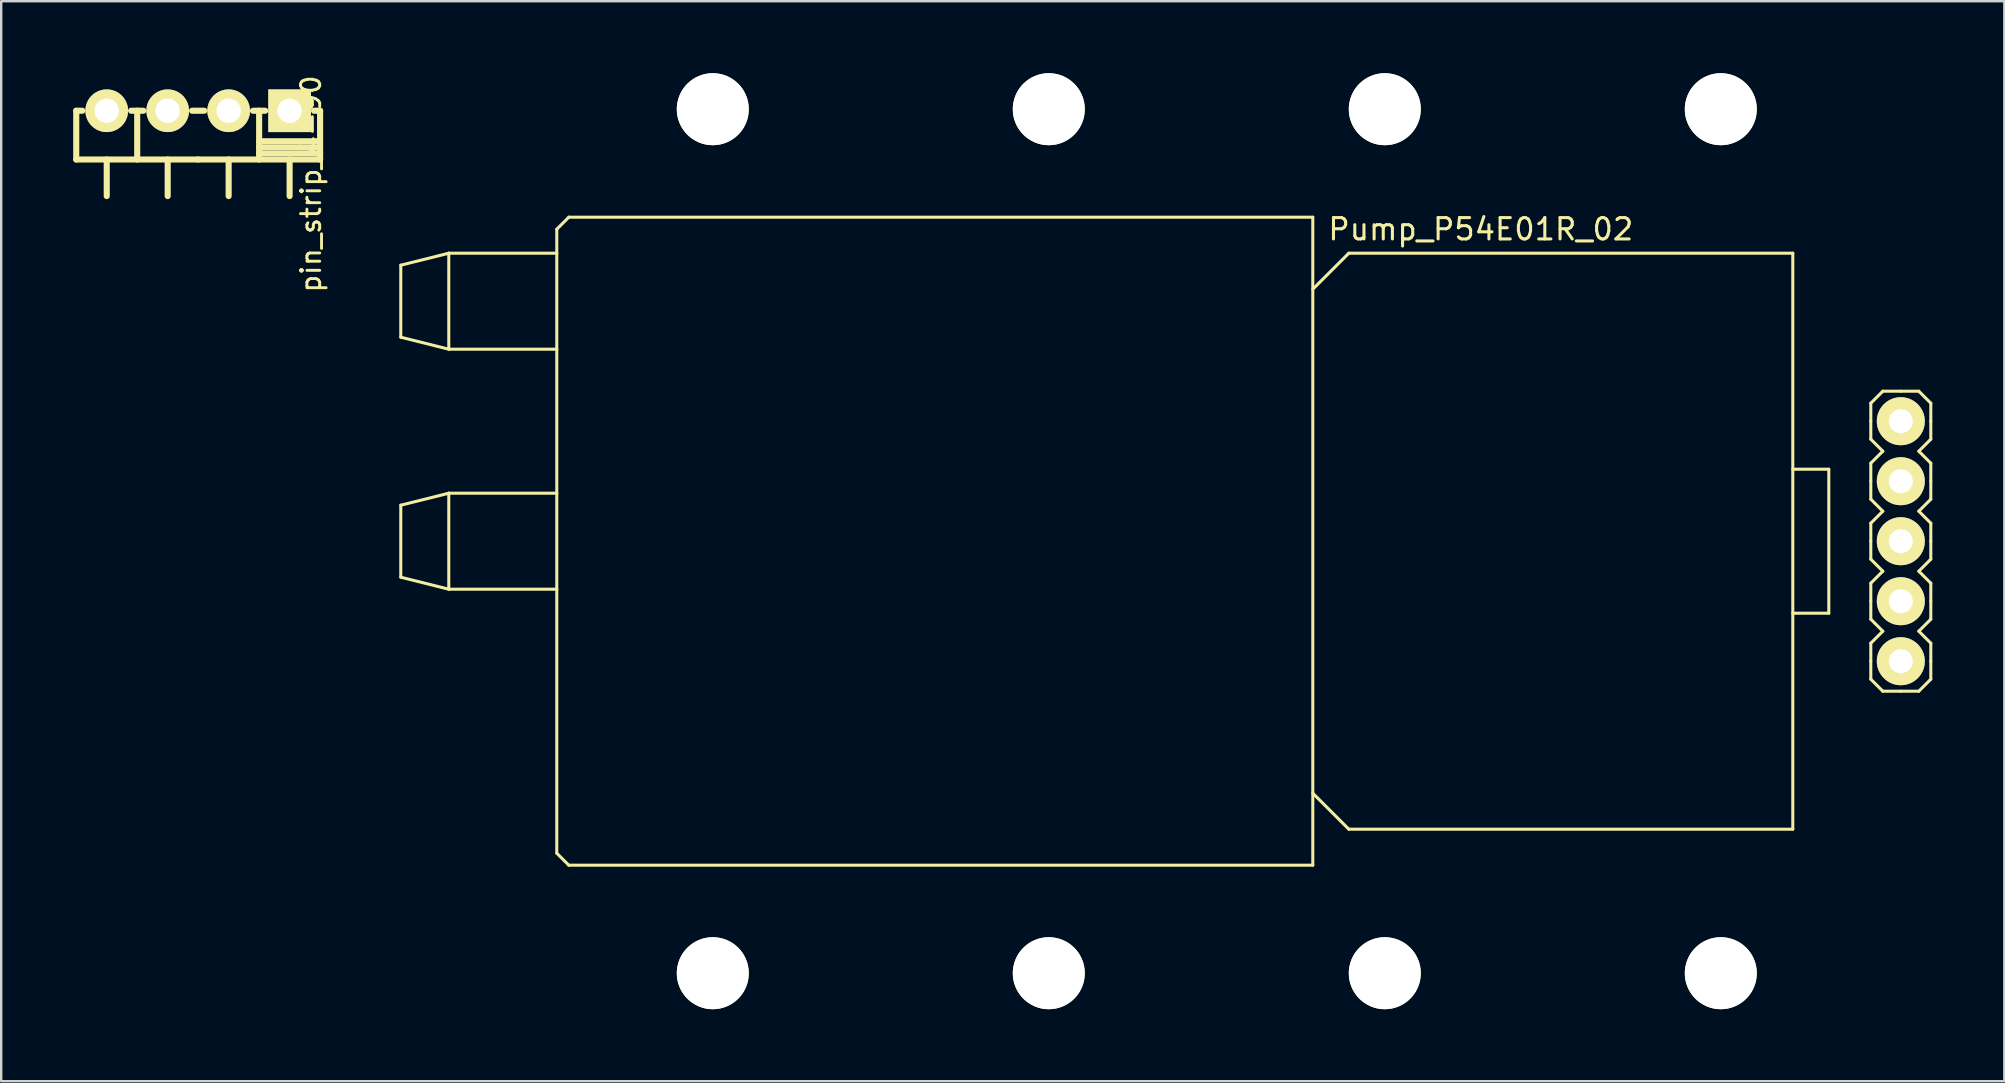
<source format=kicad_pcb>
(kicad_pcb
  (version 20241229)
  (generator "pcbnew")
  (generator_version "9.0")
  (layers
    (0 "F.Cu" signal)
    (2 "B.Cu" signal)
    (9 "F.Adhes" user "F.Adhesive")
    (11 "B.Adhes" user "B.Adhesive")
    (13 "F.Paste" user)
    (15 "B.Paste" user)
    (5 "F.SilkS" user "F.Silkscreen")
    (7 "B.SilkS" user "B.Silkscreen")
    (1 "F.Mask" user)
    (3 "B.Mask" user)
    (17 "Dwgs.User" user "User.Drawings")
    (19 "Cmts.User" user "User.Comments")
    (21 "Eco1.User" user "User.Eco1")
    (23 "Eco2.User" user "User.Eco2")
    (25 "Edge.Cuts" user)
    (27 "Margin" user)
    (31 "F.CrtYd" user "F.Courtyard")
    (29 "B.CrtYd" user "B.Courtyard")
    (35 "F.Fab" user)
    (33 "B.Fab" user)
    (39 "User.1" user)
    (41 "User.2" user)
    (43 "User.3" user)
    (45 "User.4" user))
  (footprint "Pump_P54E01R_02"
    (layer "F.Cu")
    (at 51.649 19.5)
    (property "Reference" "Pump_P54E01R_02" (at 7 -13 0) (layer "F.SilkS") (effects (font (size 0.889 0.889) (thickness 0.127))))
    (attr through_hole)
    (fp_line (start -38 -11.5) (end -38 -8.5) (stroke (width 0.127) (type solid)) (layer "F.SilkS"))
    (fp_line (start -38 -8.5) (end -36 -8) (stroke (width 0.127) (type solid)) (layer "F.SilkS"))
    (fp_line (start -38 -1.5) (end -38 1.5) (stroke (width 0.127) (type solid)) (layer "F.SilkS"))
    (fp_line (start -38 1.5) (end -36 2) (stroke (width 0.127) (type solid)) (layer "F.SilkS"))
    (fp_line (start -36 -12) (end -38 -11.5) (stroke (width 0.127) (type solid)) (layer "F.SilkS"))
    (fp_line (start -36 -12) (end -36 -8) (stroke (width 0.127) (type solid)) (layer "F.SilkS"))
    (fp_line (start -36 -8) (end -31.5 -8) (stroke (width 0.127) (type solid)) (layer "F.SilkS"))
    (fp_line (start -36 -2) (end -38 -1.5) (stroke (width 0.127) (type solid)) (layer "F.SilkS"))
    (fp_line (start -36 -2) (end -36 2) (stroke (width 0.127) (type solid)) (layer "F.SilkS"))
    (fp_line (start -36 2) (end -31.5 2) (stroke (width 0.127) (type solid)) (layer "F.SilkS"))
    (fp_line (start -31.5 -12) (end -36 -12) (stroke (width 0.127) (type solid)) (layer "F.SilkS"))
    (fp_line (start -31.5 -2) (end -36 -2) (stroke (width 0.127) (type solid)) (layer "F.SilkS"))
    (fp_line (start -31.5 13) (end -31.5 -13) (stroke (width 0.127) (type solid)) (layer "F.SilkS"))
    (fp_line (start -31 -13.5) (end -31.5 -13) (stroke (width 0.127) (type solid)) (layer "F.SilkS"))
    (fp_line (start -31 -13.5) (end 0 -13.5) (stroke (width 0.127) (type solid)) (layer "F.SilkS"))
    (fp_line (start -31 13.5) (end -31.5 13) (stroke (width 0.127) (type solid)) (layer "F.SilkS"))
    (fp_line (start -31 13.5) (end 0 13.5) (stroke (width 0.127) (type solid)) (layer "F.SilkS"))
    (fp_line (start 0 -13.5) (end 0 13.5) (stroke (width 0.127) (type solid)) (layer "F.SilkS"))
    (fp_line (start 1.5 -12) (end 0 -10.5) (stroke (width 0.127) (type solid)) (layer "F.SilkS"))
    (fp_line (start 1.5 12) (end 0 10.5) (stroke (width 0.127) (type solid)) (layer "F.SilkS"))
    (fp_line (start 20 -12) (end 1.5 -12) (stroke (width 0.127) (type solid)) (layer "F.SilkS"))
    (fp_line (start 20 -12) (end 20 12) (stroke (width 0.127) (type solid)) (layer "F.SilkS"))
    (fp_line (start 20 -3) (end 21.5 -3) (stroke (width 0.127) (type solid)) (layer "F.SilkS"))
    (fp_line (start 20 12) (end 1.5 12) (stroke (width 0.127) (type solid)) (layer "F.SilkS"))
    (fp_line (start 21.5 -3) (end 21.5 3) (stroke (width 0.127) (type solid)) (layer "F.SilkS"))
    (fp_line (start 21.5 3) (end 20 3) (stroke (width 0.127) (type solid)) (layer "F.SilkS"))
    (fp_line (start 23.25 -5.75) (end 23.25 -5) (stroke (width 0.127) (type solid)) (layer "F.SilkS"))
    (fp_line (start 23.25 -5) (end 23.25 -4.25) (stroke (width 0.127) (type solid)) (layer "F.SilkS"))
    (fp_line (start 23.25 -4.25) (end 23.75 -3.75) (stroke (width 0.127) (type solid)) (layer "F.SilkS"))
    (fp_line (start 23.25 -3.25) (end 23.25 -2.5) (stroke (width 0.127) (type solid)) (layer "F.SilkS"))
    (fp_line (start 23.25 -2.5) (end 23.25 -1.75) (stroke (width 0.127) (type solid)) (layer "F.SilkS"))
    (fp_line (start 23.25 -1.75) (end 23.75 -1.25) (stroke (width 0.127) (type solid)) (layer "F.SilkS"))
    (fp_line (start 23.25 -0.75) (end 23.25 0) (stroke (width 0.127) (type solid)) (layer "F.SilkS"))
    (fp_line (start 23.25 0) (end 23.25 0.75) (stroke (width 0.127) (type solid)) (layer "F.SilkS"))
    (fp_line (start 23.25 0.75) (end 23.75 1.25) (stroke (width 0.127) (type solid)) (layer "F.SilkS"))
    (fp_line (start 23.25 1.75) (end 23.25 2.5) (stroke (width 0.127) (type solid)) (layer "F.SilkS"))
    (fp_line (start 23.25 2.5) (end 23.25 3.25) (stroke (width 0.127) (type solid)) (layer "F.SilkS"))
    (fp_line (start 23.25 3.25) (end 23.75 3.75) (stroke (width 0.127) (type solid)) (layer "F.SilkS"))
    (fp_line (start 23.25 4.25) (end 23.25 5) (stroke (width 0.127) (type solid)) (layer "F.SilkS"))
    (fp_line (start 23.25 5) (end 23.25 5.75) (stroke (width 0.127) (type solid)) (layer "F.SilkS"))
    (fp_line (start 23.25 5.75) (end 23.75 6.25) (stroke (width 0.127) (type solid)) (layer "F.SilkS"))
    (fp_line (start 23.75 -6.25) (end 23.25 -5.75) (stroke (width 0.127) (type solid)) (layer "F.SilkS"))
    (fp_line (start 23.75 -3.75) (end 23.25 -3.25) (stroke (width 0.127) (type solid)) (layer "F.SilkS"))
    (fp_line (start 23.75 -1.25) (end 23.25 -0.75) (stroke (width 0.127) (type solid)) (layer "F.SilkS"))
    (fp_line (start 23.75 1.25) (end 23.25 1.75) (stroke (width 0.127) (type solid)) (layer "F.SilkS"))
    (fp_line (start 23.75 3.75) (end 23.25 4.25) (stroke (width 0.127) (type solid)) (layer "F.SilkS"))
    (fp_line (start 23.75 6.25) (end 24.5 6.25) (stroke (width 0.127) (type solid)) (layer "F.SilkS"))
    (fp_line (start 24.5 -6.25) (end 23.75 -6.25) (stroke (width 0.127) (type solid)) (layer "F.SilkS"))
    (fp_line (start 24.5 6.25) (end 25.25 6.25) (stroke (width 0.127) (type solid)) (layer "F.SilkS"))
    (fp_line (start 25.25 -6.25) (end 24.5 -6.25) (stroke (width 0.127) (type solid)) (layer "F.SilkS"))
    (fp_line (start 25.25 -3.75) (end 25.75 -4.25) (stroke (width 0.127) (type solid)) (layer "F.SilkS"))
    (fp_line (start 25.25 -1.25) (end 25.75 -1.75) (stroke (width 0.127) (type solid)) (layer "F.SilkS"))
    (fp_line (start 25.25 1.25) (end 25.75 0.75) (stroke (width 0.127) (type solid)) (layer "F.SilkS"))
    (fp_line (start 25.25 3.75) (end 25.75 3.25) (stroke (width 0.127) (type solid)) (layer "F.SilkS"))
    (fp_line (start 25.25 6.25) (end 25.75 5.75) (stroke (width 0.127) (type solid)) (layer "F.SilkS"))
    (fp_line (start 25.75 -5.75) (end 25.25 -6.25) (stroke (width 0.127) (type solid)) (layer "F.SilkS"))
    (fp_line (start 25.75 -5) (end 25.75 -5.75) (stroke (width 0.127) (type solid)) (layer "F.SilkS"))
    (fp_line (start 25.75 -4.25) (end 25.75 -5) (stroke (width 0.127) (type solid)) (layer "F.SilkS"))
    (fp_line (start 25.75 -3.25) (end 25.25 -3.75) (stroke (width 0.127) (type solid)) (layer "F.SilkS"))
    (fp_line (start 25.75 -2.5) (end 25.75 -3.25) (stroke (width 0.127) (type solid)) (layer "F.SilkS"))
    (fp_line (start 25.75 -1.75) (end 25.75 -2.5) (stroke (width 0.127) (type solid)) (layer "F.SilkS"))
    (fp_line (start 25.75 -0.75) (end 25.25 -1.25) (stroke (width 0.127) (type solid)) (layer "F.SilkS"))
    (fp_line (start 25.75 0) (end 25.75 -0.75) (stroke (width 0.127) (type solid)) (layer "F.SilkS"))
    (fp_line (start 25.75 0.75) (end 25.75 0) (stroke (width 0.127) (type solid)) (layer "F.SilkS"))
    (fp_line (start 25.75 1.75) (end 25.25 1.25) (stroke (width 0.127) (type solid)) (layer "F.SilkS"))
    (fp_line (start 25.75 2.5) (end 25.75 1.75) (stroke (width 0.127) (type solid)) (layer "F.SilkS"))
    (fp_line (start 25.75 3.25) (end 25.75 2.5) (stroke (width 0.127) (type solid)) (layer "F.SilkS"))
    (fp_line (start 25.75 4.25) (end 25.25 3.75) (stroke (width 0.127) (type solid)) (layer "F.SilkS"))
    (fp_line (start 25.75 5) (end 25.75 4.25) (stroke (width 0.127) (type solid)) (layer "F.SilkS"))
    (fp_line (start 25.75 5.75) (end 25.75 5) (stroke (width 0.127) (type solid)) (layer "F.SilkS"))
    (pad "" np_thru_hole circle (at -25 -18) (size 3 3) (drill 3) (layers "*.Cu" "*.Mask" "F.SilkS"))
    (pad "" np_thru_hole circle (at -25 18) (size 3 3) (drill 3) (layers "*.Cu" "*.Mask" "F.SilkS"))
    (pad "" np_thru_hole circle (at -11 -18) (size 3 3) (drill 3) (layers "*.Cu" "*.Mask" "F.SilkS"))
    (pad "" np_thru_hole circle (at -11 18) (size 3 3) (drill 3) (layers "*.Cu" "*.Mask" "F.SilkS"))
    (pad "" np_thru_hole circle (at 3 -18) (size 3 3) (drill 3) (layers "*.Cu" "*.Mask" "F.SilkS"))
    (pad "" np_thru_hole circle (at 3 18) (size 3 3) (drill 3) (layers "*.Cu" "*.Mask" "F.SilkS"))
    (pad "" np_thru_hole circle (at 17 -18) (size 3 3) (drill 3) (layers "*.Cu" "*.Mask" "F.SilkS"))
    (pad "" np_thru_hole circle (at 17 18) (size 3 3) (drill 3) (layers "*.Cu" "*.Mask" "F.SilkS"))
    (pad "1" thru_hole circle (at 24.5 -5) (size 2 2) (drill 1) (layers "*.Cu" "*.Mask" "F.SilkS"))
    (pad "2" thru_hole circle (at 24.5 -2.5) (size 2 2) (drill 1) (layers "*.Cu" "*.Mask" "F.SilkS"))
    (pad "3" thru_hole circle (at 24.5 0) (size 2 2) (drill 1) (layers "*.Cu" "*.Mask" "F.SilkS"))
    (pad "4" thru_hole circle (at 24.5 2.5) (size 2 2) (drill 1) (layers "*.Cu" "*.Mask" "F.SilkS"))
    (pad "5" thru_hole circle (at 24.5 5) (size 2 2) (drill 1) (layers "*.Cu" "*.Mask" "F.SilkS")))
  (footprint "pin_strip_4-90"
    (layer "F.Cu")
    (at 5.207 1.564)
    (property "Reference" "pin_strip_4-90" (at 4.7 3.05 90) (layer "F.SilkS") (effects (font (size 0.8 0.8) (thickness 0.12))))
    (attr smd)
    (fp_line (start -5.08 0) (end -5.08 2.032) (stroke (width 0.254) (type solid)) (layer "F.SilkS"))
    (fp_line (start -5.08 0) (end -4.826 0) (stroke (width 0.254) (type solid)) (layer "F.SilkS"))
    (fp_line (start -5.08 2.032) (end 0 2.032) (stroke (width 0.254) (type solid)) (layer "F.SilkS"))
    (fp_line (start -3.81 2.032) (end -3.81 3.556) (stroke (width 0.254) (type solid)) (layer "F.SilkS"))
    (fp_line (start -2.794 0) (end -2.286 0) (stroke (width 0.254) (type solid)) (layer "F.SilkS"))
    (fp_line (start -2.54 0) (end -2.54 2.032) (stroke (width 0.254) (type solid)) (layer "F.SilkS"))
    (fp_line (start -1.27 2.032) (end -1.27 3.556) (stroke (width 0.254) (type solid)) (layer "F.SilkS"))
    (fp_line (start -0.254 0) (end 0.254 0) (stroke (width 0.254) (type solid)) (layer "F.SilkS"))
    (fp_line (start 0 2.032) (end 5.08 2.032) (stroke (width 0.254) (type solid)) (layer "F.SilkS"))
    (fp_line (start 1.27 2.032) (end 1.27 3.556) (stroke (width 0.254) (type solid)) (layer "F.SilkS"))
    (fp_line (start 2.286 0) (end 2.794 0) (stroke (width 0.254) (type solid)) (layer "F.SilkS"))
    (fp_line (start 2.54 0) (end 2.54 2.032) (stroke (width 0.254) (type solid)) (layer "F.SilkS"))
    (fp_line (start 2.54 1.27) (end 5.08 1.27) (stroke (width 0.254) (type solid)) (layer "F.SilkS"))
    (fp_line (start 2.54 1.524) (end 5.08 1.524) (stroke (width 0.254) (type solid)) (layer "F.SilkS"))
    (fp_line (start 2.54 1.778) (end 5.08 1.778) (stroke (width 0.254) (type solid)) (layer "F.SilkS"))
    (fp_line (start 3.81 2.032) (end 3.81 3.556) (stroke (width 0.254) (type solid)) (layer "F.SilkS"))
    (fp_line (start 4.826 0) (end 5.08 0) (stroke (width 0.254) (type solid)) (layer "F.SilkS"))
    (fp_line (start 5.08 2.032) (end 5.08 0) (stroke (width 0.254) (type solid)) (layer "F.SilkS"))
    (pad "1" thru_hole circle (at -3.81 0) (size 1.778 1.778) (drill 1.016) (layers "*.Cu" "*.Mask" "F.SilkS"))
    (pad "2" thru_hole circle (at -1.27 0) (size 1.778 1.778) (drill 1.016) (layers "*.Cu" "*.Mask" "F.SilkS"))
    (pad "3" thru_hole circle (at 1.27 0) (size 1.778 1.778) (drill 1.016) (layers "*.Cu" "*.Mask" "F.SilkS"))
    (pad "4" thru_hole rect (at 3.81 0) (size 1.778 1.778) (drill 1.016) (layers "*.Cu" "*.Mask" "F.SilkS")))
  (gr_rect
    (start -3 -3)
    (end 80.463 42)
    (stroke (width 0.1) (type default))
    (fill no)
    (layer "Edge.Cuts")))
</source>
